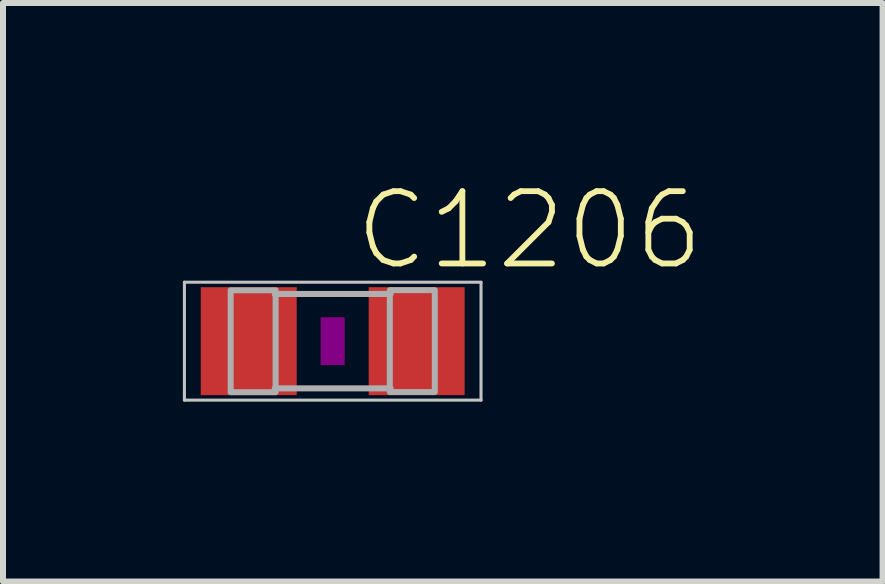
<source format=kicad_pcb>
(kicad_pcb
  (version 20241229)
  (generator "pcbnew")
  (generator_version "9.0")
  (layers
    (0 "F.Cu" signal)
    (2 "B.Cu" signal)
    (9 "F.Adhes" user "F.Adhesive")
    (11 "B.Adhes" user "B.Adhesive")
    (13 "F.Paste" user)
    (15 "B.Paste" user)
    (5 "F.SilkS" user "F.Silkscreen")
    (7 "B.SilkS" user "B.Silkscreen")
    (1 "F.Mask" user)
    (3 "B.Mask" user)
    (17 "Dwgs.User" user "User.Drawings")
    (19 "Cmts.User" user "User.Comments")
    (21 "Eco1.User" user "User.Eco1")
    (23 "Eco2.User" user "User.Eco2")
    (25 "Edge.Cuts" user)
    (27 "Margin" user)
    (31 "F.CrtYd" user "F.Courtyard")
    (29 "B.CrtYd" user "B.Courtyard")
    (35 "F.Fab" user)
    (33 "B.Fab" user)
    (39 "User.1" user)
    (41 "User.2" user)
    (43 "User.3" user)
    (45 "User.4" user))
  (footprint "C1206"
    (layer "F.Cu")
    (at 2.498 2.639)
    (property "Reference" "C1206" (at 0.318 -1.143 180) (layer "F.SilkS") (effects (font (size 1.206 1.206) (thickness 0.097)) (justify left bottom)))
    (attr through_hole)
    (fp_poly (pts (xy -0.2 0.4) (xy 0.2 0.4) (xy 0.2 -0.4) (xy -0.2 -0.4)) (stroke (width 0) (type solid)) (fill yes) (layer "F.Adhes"))
    (fp_line (start -2.473 -0.983) (end 2.473 -0.983) (stroke (width 0.051) (type solid)) (layer "Dwgs.User"))
    (fp_line (start -2.473 0.983) (end -2.473 -0.983) (stroke (width 0.051) (type solid)) (layer "Dwgs.User"))
    (fp_line (start 2.473 -0.983) (end 2.473 0.983) (stroke (width 0.051) (type solid)) (layer "Dwgs.User"))
    (fp_line (start 2.473 0.983) (end -2.473 0.983) (stroke (width 0.051) (type solid)) (layer "Dwgs.User"))
    (fp_line (start -0.965 -0.787) (end 0.965 -0.787) (stroke (width 0.102) (type solid)) (layer "F.Fab"))
    (fp_line (start -0.965 0.787) (end 0.965 0.787) (stroke (width 0.102) (type solid)) (layer "F.Fab"))
    (fp_poly (pts (xy -1.702 0.851) (xy -0.952 0.851) (xy -0.952 -0.849) (xy -1.702 -0.849)) (stroke (width 0.1) (type solid)) (fill no) (layer "F.Fab"))
    (fp_poly (pts (xy 0.952 0.849) (xy 1.702 0.849) (xy 1.702 -0.851) (xy 0.952 -0.851)) (stroke (width 0.1) (type solid)) (fill no) (layer "F.Fab"))
    (pad "1" smd rect (at -1.4 0) (size 1.6 1.8) (layers "F.Cu" "F.Mask" "F.Paste"))
    (pad "2" smd rect (at 1.4 0) (size 1.6 1.8) (layers "F.Cu" "F.Mask" "F.Paste")))
  (gr_rect
    (start -3 -3)
    (end 11.667 6.647)
    (stroke (width 0.1) (type default))
    (fill no)
    (layer "Edge.Cuts")))
</source>
